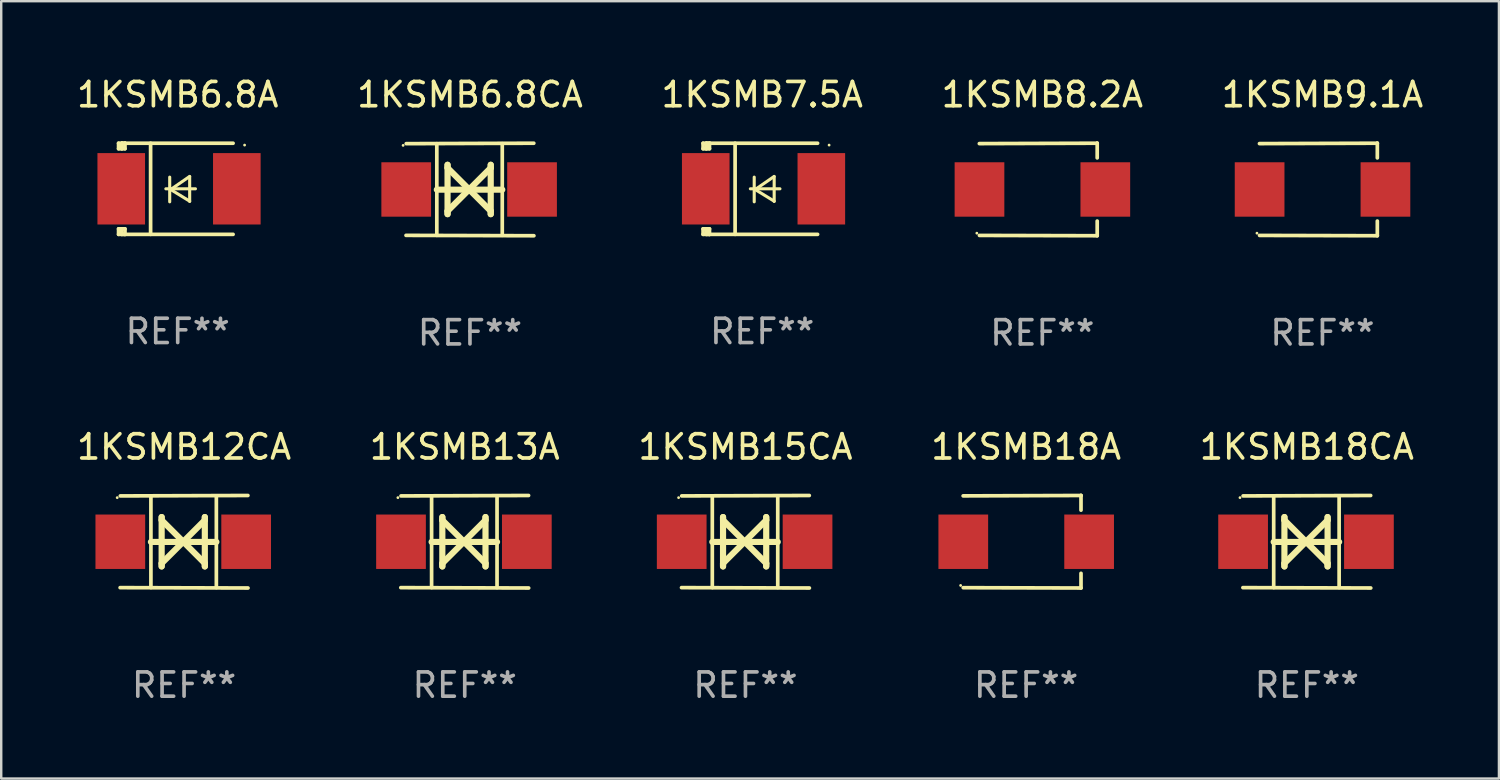
<source format=kicad_pcb>
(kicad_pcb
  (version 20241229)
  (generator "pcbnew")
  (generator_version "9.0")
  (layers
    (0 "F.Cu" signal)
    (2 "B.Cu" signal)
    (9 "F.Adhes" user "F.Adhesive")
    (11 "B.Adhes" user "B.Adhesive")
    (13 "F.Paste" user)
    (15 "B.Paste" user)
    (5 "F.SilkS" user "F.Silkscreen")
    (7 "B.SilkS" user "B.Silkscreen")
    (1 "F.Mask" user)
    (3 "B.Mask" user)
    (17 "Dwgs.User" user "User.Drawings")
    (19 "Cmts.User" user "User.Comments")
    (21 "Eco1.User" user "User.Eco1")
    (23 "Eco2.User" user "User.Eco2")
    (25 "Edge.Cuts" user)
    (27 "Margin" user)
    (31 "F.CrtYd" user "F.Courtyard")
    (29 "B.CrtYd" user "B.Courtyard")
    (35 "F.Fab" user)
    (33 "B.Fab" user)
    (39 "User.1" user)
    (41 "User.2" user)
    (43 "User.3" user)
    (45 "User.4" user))
  (footprint "1KSMB6.8A"
    (layer "F.Cu")
    (at 4.268 4.725)
    (property "Reference" "1KSMB6.8A" (at 0 -3.876 0) (layer "F.SilkS") (effects (font (size 1 1) (thickness 0.15))))
    (attr through_hole)
    (fp_line (start -2.435 1.65) (end -2.171 1.65) (stroke (width 0.152) (type solid)) (layer "F.SilkS"))
    (fp_line (start -2.435 1.876) (end -2.435 1.65) (stroke (width 0.152) (type solid)) (layer "F.SilkS"))
    (fp_line (start -2.435 -1.876) (end -2.171 -1.876) (stroke (width 0.152) (type solid)) (layer "F.SilkS"))
    (fp_line (start -2.435 -1.65) (end -2.435 -1.876) (stroke (width 0.152) (type solid)) (layer "F.SilkS"))
    (fp_line (start -2.305 -1.866) (end -2.295 -1.876) (stroke (width 0.152) (type solid)) (layer "F.SilkS"))
    (fp_line (start -2.305 -1.65) (end -2.305 -1.866) (stroke (width 0.152) (type solid)) (layer "F.SilkS"))
    (fp_line (start -2.305 1.876) (end -2.305 1.65) (stroke (width 0.152) (type solid)) (layer "F.SilkS"))
    (fp_line (start -2.295 -1.876) (end -2.295 -1.65) (stroke (width 0.152) (type solid)) (layer "F.SilkS"))
    (fp_line (start -2.171 1.876) (end -2.435 1.876) (stroke (width 0.152) (type solid)) (layer "F.SilkS"))
    (fp_line (start -2.171 -1.65) (end -2.435 -1.65) (stroke (width 0.152) (type solid)) (layer "F.SilkS"))
    (fp_line (start -2.171 -1.876) (end -2.295 -1.876) (stroke (width 0.152) (type solid)) (layer "F.SilkS"))
    (fp_line (start -2.171 -1.65) (end -2.171 -1.876) (stroke (width 0.152) (type solid)) (layer "F.SilkS"))
    (fp_line (start -2.171 1.876) (end -2.305 1.876) (stroke (width 0.152) (type solid)) (layer "F.SilkS"))
    (fp_line (start -2.171 1.876) (end -2.171 1.65) (stroke (width 0.152) (type solid)) (layer "F.SilkS"))
    (fp_line (start -1.116 1.876) (end -1.116 -1.876) (stroke (width 0.152) (type solid)) (layer "F.SilkS"))
    (fp_line (start -0.488 0.000102) (end 0.731 0.000102) (stroke (width 0.127) (type solid)) (layer "F.SilkS"))
    (fp_line (start -0.329 -0.48) (end -0.329 0.536) (stroke (width 0.127) (type solid)) (layer "F.SilkS"))
    (fp_line (start -0.29 0.03) (end 0.493 0.51) (stroke (width 0.127) (type solid)) (layer "F.SilkS"))
    (fp_line (start 0.493 -0.51) (end -0.29 0.03) (stroke (width 0.127) (type solid)) (layer "F.SilkS"))
    (fp_line (start 0.493 0.52) (end 0.493 -0.496) (stroke (width 0.127) (type solid)) (layer "F.SilkS"))
    (fp_line (start 2.281 -1.876) (end -2.171 -1.876) (stroke (width 0.152) (type solid)) (layer "F.SilkS"))
    (fp_line (start 2.281 1.876) (end -2.171 1.876) (stroke (width 0.152) (type solid)) (layer "F.SilkS"))
    (fp_circle (center 2.755 -1.8) (end 2.785 -1.8) (stroke (width 0.06) (type solid)) (fill no) (layer "F.SilkS"))
    (fp_text user "REF**" (at 0 5.876 0) (layer "F.Fab") (effects (font (size 1 1) (thickness 0.15))))
    (pad "1" smd rect (at 2.435 -0.000025 180) (size 1.96 2.94) (layers "F.Cu" "F.Mask" "F.Paste"))
    (pad "2" smd rect (at -2.325 -0.000025 180) (size 1.96 2.94) (layers "F.Cu" "F.Mask" "F.Paste")))
  (footprint "1KSMB6.8CA"
    (layer "F.Cu")
    (at 16.304 4.753)
    (property "Reference" "1KSMB6.8CA" (at 0 -3.905 0) (layer "F.SilkS") (effects (font (size 1 1) (thickness 0.15))))
    (attr through_hole)
    (fp_line (start -1.365 1.886) (end -1.365 -1.886) (stroke (width 0.152) (type solid)) (layer "F.SilkS"))
    (fp_line (start -1.365 0.008) (end 1.33 0.008) (stroke (width 0.254) (type solid)) (layer "F.SilkS"))
    (fp_line (start -0.923 -1.016) (end -0.923 1.016) (stroke (width 0.254) (type solid)) (layer "F.SilkS"))
    (fp_line (start -0.923 -0.889) (end -0.923 -1.016) (stroke (width 0.254) (type solid)) (layer "F.SilkS"))
    (fp_line (start -0.923 0.889) (end -0.034 0) (stroke (width 0.254) (type solid)) (layer "F.SilkS"))
    (fp_line (start -0.923 1.016) (end -0.923 0.889) (stroke (width 0.254) (type solid)) (layer "F.SilkS"))
    (fp_line (start -0.034 0) (end -0.923 -0.889) (stroke (width 0.254) (type solid)) (layer "F.SilkS"))
    (fp_line (start -0.034 0) (end 0.855 0.889) (stroke (width 0.254) (type solid)) (layer "F.SilkS"))
    (fp_line (start 0.855 -1.016) (end 0.855 -0.889) (stroke (width 0.254) (type solid)) (layer "F.SilkS"))
    (fp_line (start 0.855 -0.889) (end -0.034 0) (stroke (width 0.254) (type solid)) (layer "F.SilkS"))
    (fp_line (start 0.855 0.889) (end 0.855 1.016) (stroke (width 0.254) (type solid)) (layer "F.SilkS"))
    (fp_line (start 0.855 1.016) (end 0.855 -1.016) (stroke (width 0.254) (type solid)) (layer "F.SilkS"))
    (fp_line (start 1.33 1.886) (end 1.33 -1.886) (stroke (width 0.152) (type solid)) (layer "F.SilkS"))
    (fp_line (start 2.629 -1.905) (end -2.625 -1.887) (stroke (width 0.152) (type solid)) (layer "F.SilkS"))
    (fp_line (start 2.633 1.905) (end -2.633 1.89) (stroke (width 0.152) (type solid)) (layer "F.SilkS"))
    (fp_circle (center -2.753 -1.816) (end -2.723 -1.816) (stroke (width 0.06) (type solid)) (fill no) (layer "F.SilkS"))
    (fp_text user "REF**" (at 0 5.905 0) (layer "F.Fab") (effects (font (size 1 1) (thickness 0.15))))
    (pad "1" smd rect (at -2.625 0) (size 2.047 2.241) (layers "F.Cu" "F.Mask" "F.Paste"))
    (pad "2" smd rect (at 2.557 0) (size 2.047 2.241) (layers "F.Cu" "F.Mask" "F.Paste")))
  (footprint "1KSMB13A"
    (layer "F.Cu")
    (at 16.089 19.26)
    (property "Reference" "1KSMB13A" (at 0 -3.905 0) (layer "F.SilkS") (effects (font (size 1 1) (thickness 0.15))))
    (attr through_hole)
    (fp_line (start -1.365 1.886) (end -1.365 -1.886) (stroke (width 0.152) (type solid)) (layer "F.SilkS"))
    (fp_line (start -1.365 0.008) (end 1.33 0.008) (stroke (width 0.254) (type solid)) (layer "F.SilkS"))
    (fp_line (start -0.923 -1.016) (end -0.923 1.016) (stroke (width 0.254) (type solid)) (layer "F.SilkS"))
    (fp_line (start -0.923 -0.889) (end -0.923 -1.016) (stroke (width 0.254) (type solid)) (layer "F.SilkS"))
    (fp_line (start -0.923 0.889) (end -0.034 0) (stroke (width 0.254) (type solid)) (layer "F.SilkS"))
    (fp_line (start -0.923 1.016) (end -0.923 0.889) (stroke (width 0.254) (type solid)) (layer "F.SilkS"))
    (fp_line (start -0.034 0) (end -0.923 -0.889) (stroke (width 0.254) (type solid)) (layer "F.SilkS"))
    (fp_line (start -0.034 0) (end 0.855 0.889) (stroke (width 0.254) (type solid)) (layer "F.SilkS"))
    (fp_line (start 0.855 -1.016) (end 0.855 -0.889) (stroke (width 0.254) (type solid)) (layer "F.SilkS"))
    (fp_line (start 0.855 -0.889) (end -0.034 0) (stroke (width 0.254) (type solid)) (layer "F.SilkS"))
    (fp_line (start 0.855 0.889) (end 0.855 1.016) (stroke (width 0.254) (type solid)) (layer "F.SilkS"))
    (fp_line (start 0.855 1.016) (end 0.855 -1.016) (stroke (width 0.254) (type solid)) (layer "F.SilkS"))
    (fp_line (start 1.33 1.886) (end 1.33 -1.886) (stroke (width 0.152) (type solid)) (layer "F.SilkS"))
    (fp_line (start 2.629 -1.905) (end -2.625 -1.887) (stroke (width 0.152) (type solid)) (layer "F.SilkS"))
    (fp_line (start 2.633 1.905) (end -2.633 1.89) (stroke (width 0.152) (type solid)) (layer "F.SilkS"))
    (fp_circle (center -2.753 -1.816) (end -2.723 -1.816) (stroke (width 0.06) (type solid)) (fill no) (layer "F.SilkS"))
    (fp_text user "REF**" (at 0 5.905 0) (layer "F.Fab") (effects (font (size 1 1) (thickness 0.15))))
    (pad "1" smd rect (at -2.625 0) (size 2.047 2.241) (layers "F.Cu" "F.Mask" "F.Paste"))
    (pad "2" smd rect (at 2.557 0) (size 2.047 2.241) (layers "F.Cu" "F.Mask" "F.Paste")))
  (footprint "1KSMB7.5A"
    (layer "F.Cu")
    (at 28.339 4.725)
    (property "Reference" "1KSMB7.5A" (at 0 -3.876 0) (layer "F.SilkS") (effects (font (size 1 1) (thickness 0.15))))
    (attr through_hole)
    (fp_line (start -2.435 1.65) (end -2.171 1.65) (stroke (width 0.152) (type solid)) (layer "F.SilkS"))
    (fp_line (start -2.435 1.876) (end -2.435 1.65) (stroke (width 0.152) (type solid)) (layer "F.SilkS"))
    (fp_line (start -2.435 -1.876) (end -2.171 -1.876) (stroke (width 0.152) (type solid)) (layer "F.SilkS"))
    (fp_line (start -2.435 -1.65) (end -2.435 -1.876) (stroke (width 0.152) (type solid)) (layer "F.SilkS"))
    (fp_line (start -2.305 -1.866) (end -2.295 -1.876) (stroke (width 0.152) (type solid)) (layer "F.SilkS"))
    (fp_line (start -2.305 -1.65) (end -2.305 -1.866) (stroke (width 0.152) (type solid)) (layer "F.SilkS"))
    (fp_line (start -2.305 1.876) (end -2.305 1.65) (stroke (width 0.152) (type solid)) (layer "F.SilkS"))
    (fp_line (start -2.295 -1.876) (end -2.295 -1.65) (stroke (width 0.152) (type solid)) (layer "F.SilkS"))
    (fp_line (start -2.171 1.876) (end -2.435 1.876) (stroke (width 0.152) (type solid)) (layer "F.SilkS"))
    (fp_line (start -2.171 -1.65) (end -2.435 -1.65) (stroke (width 0.152) (type solid)) (layer "F.SilkS"))
    (fp_line (start -2.171 -1.876) (end -2.295 -1.876) (stroke (width 0.152) (type solid)) (layer "F.SilkS"))
    (fp_line (start -2.171 -1.65) (end -2.171 -1.876) (stroke (width 0.152) (type solid)) (layer "F.SilkS"))
    (fp_line (start -2.171 1.876) (end -2.305 1.876) (stroke (width 0.152) (type solid)) (layer "F.SilkS"))
    (fp_line (start -2.171 1.876) (end -2.171 1.65) (stroke (width 0.152) (type solid)) (layer "F.SilkS"))
    (fp_line (start -1.116 1.876) (end -1.116 -1.876) (stroke (width 0.152) (type solid)) (layer "F.SilkS"))
    (fp_line (start -0.488 0.000102) (end 0.731 0.000102) (stroke (width 0.127) (type solid)) (layer "F.SilkS"))
    (fp_line (start -0.329 -0.48) (end -0.329 0.536) (stroke (width 0.127) (type solid)) (layer "F.SilkS"))
    (fp_line (start -0.29 0.03) (end 0.493 0.51) (stroke (width 0.127) (type solid)) (layer "F.SilkS"))
    (fp_line (start 0.493 -0.51) (end -0.29 0.03) (stroke (width 0.127) (type solid)) (layer "F.SilkS"))
    (fp_line (start 0.493 0.52) (end 0.493 -0.496) (stroke (width 0.127) (type solid)) (layer "F.SilkS"))
    (fp_line (start 2.281 -1.876) (end -2.171 -1.876) (stroke (width 0.152) (type solid)) (layer "F.SilkS"))
    (fp_line (start 2.281 1.876) (end -2.171 1.876) (stroke (width 0.152) (type solid)) (layer "F.SilkS"))
    (fp_circle (center 2.755 -1.8) (end 2.785 -1.8) (stroke (width 0.06) (type solid)) (fill no) (layer "F.SilkS"))
    (fp_text user "REF**" (at 0 5.876 0) (layer "F.Fab") (effects (font (size 1 1) (thickness 0.15))))
    (pad "1" smd rect (at 2.435 -0.000025 180) (size 1.96 2.94) (layers "F.Cu" "F.Mask" "F.Paste"))
    (pad "2" smd rect (at -2.325 -0.000025 180) (size 1.96 2.94) (layers "F.Cu" "F.Mask" "F.Paste")))
  (footprint "1KSMB18A"
    (layer "F.Cu")
    (at 39.208 19.26)
    (property "Reference" "1KSMB18A" (at 0 -3.905 0) (layer "F.SilkS") (effects (font (size 1 1) (thickness 0.15))))
    (attr through_hole)
    (fp_line (start 2.256 -1.905) (end -2.594 -1.889) (stroke (width 0.152) (type solid)) (layer "F.SilkS"))
    (fp_line (start 2.256 -1.905) (end 2.26 -1.905) (stroke (width 0.152) (type solid)) (layer "F.SilkS"))
    (fp_line (start 2.26 -1.905) (end 2.26 -1.301) (stroke (width 0.152) (type solid)) (layer "F.SilkS"))
    (fp_line (start 2.26 1.301) (end 2.26 1.905) (stroke (width 0.152) (type solid)) (layer "F.SilkS"))
    (fp_line (start 2.26 1.905) (end -2.59 1.892) (stroke (width 0.152) (type solid)) (layer "F.SilkS"))
    (fp_circle (center -2.697 1.8) (end -2.667 1.8) (stroke (width 0.06) (type solid)) (fill no) (layer "F.SilkS"))
    (fp_text user "REF**" (at 0 5.905 0) (layer "F.Fab") (effects (font (size 1 1) (thickness 0.15))))
    (pad "1" smd rect (at -2.588 0) (size 2.047 2.241) (layers "F.Cu" "F.Mask" "F.Paste"))
    (pad "2" smd rect (at 2.594 0) (size 2.047 2.241) (layers "F.Cu" "F.Mask" "F.Paste")))
  (footprint "1KSMB12CA"
    (layer "F.Cu")
    (at 4.53 19.26)
    (property "Reference" "1KSMB12CA" (at 0 -3.905 0) (layer "F.SilkS") (effects (font (size 1 1) (thickness 0.15))))
    (attr through_hole)
    (fp_line (start -1.365 1.886) (end -1.365 -1.886) (stroke (width 0.152) (type solid)) (layer "F.SilkS"))
    (fp_line (start -1.365 0.008) (end 1.33 0.008) (stroke (width 0.254) (type solid)) (layer "F.SilkS"))
    (fp_line (start -0.923 -1.016) (end -0.923 1.016) (stroke (width 0.254) (type solid)) (layer "F.SilkS"))
    (fp_line (start -0.923 -0.889) (end -0.923 -1.016) (stroke (width 0.254) (type solid)) (layer "F.SilkS"))
    (fp_line (start -0.923 0.889) (end -0.034 0) (stroke (width 0.254) (type solid)) (layer "F.SilkS"))
    (fp_line (start -0.923 1.016) (end -0.923 0.889) (stroke (width 0.254) (type solid)) (layer "F.SilkS"))
    (fp_line (start -0.034 0) (end -0.923 -0.889) (stroke (width 0.254) (type solid)) (layer "F.SilkS"))
    (fp_line (start -0.034 0) (end 0.855 0.889) (stroke (width 0.254) (type solid)) (layer "F.SilkS"))
    (fp_line (start 0.855 -1.016) (end 0.855 -0.889) (stroke (width 0.254) (type solid)) (layer "F.SilkS"))
    (fp_line (start 0.855 -0.889) (end -0.034 0) (stroke (width 0.254) (type solid)) (layer "F.SilkS"))
    (fp_line (start 0.855 0.889) (end 0.855 1.016) (stroke (width 0.254) (type solid)) (layer "F.SilkS"))
    (fp_line (start 0.855 1.016) (end 0.855 -1.016) (stroke (width 0.254) (type solid)) (layer "F.SilkS"))
    (fp_line (start 1.33 1.886) (end 1.33 -1.886) (stroke (width 0.152) (type solid)) (layer "F.SilkS"))
    (fp_line (start 2.629 -1.905) (end -2.625 -1.887) (stroke (width 0.152) (type solid)) (layer "F.SilkS"))
    (fp_line (start 2.633 1.905) (end -2.633 1.89) (stroke (width 0.152) (type solid)) (layer "F.SilkS"))
    (fp_circle (center -2.753 -1.816) (end -2.723 -1.816) (stroke (width 0.06) (type solid)) (fill no) (layer "F.SilkS"))
    (fp_text user "REF**" (at 0 5.905 0) (layer "F.Fab") (effects (font (size 1 1) (thickness 0.15))))
    (pad "1" smd rect (at -2.625 0) (size 2.047 2.241) (layers "F.Cu" "F.Mask" "F.Paste"))
    (pad "2" smd rect (at 2.557 0) (size 2.047 2.241) (layers "F.Cu" "F.Mask" "F.Paste")))
  (footprint "1KSMB18CA"
    (layer "F.Cu")
    (at 50.768 19.26)
    (property "Reference" "1KSMB18CA" (at 0 -3.905 0) (layer "F.SilkS") (effects (font (size 1 1) (thickness 0.15))))
    (attr through_hole)
    (fp_line (start -1.365 1.886) (end -1.365 -1.886) (stroke (width 0.152) (type solid)) (layer "F.SilkS"))
    (fp_line (start -1.365 0.008) (end 1.33 0.008) (stroke (width 0.254) (type solid)) (layer "F.SilkS"))
    (fp_line (start -0.923 -1.016) (end -0.923 1.016) (stroke (width 0.254) (type solid)) (layer "F.SilkS"))
    (fp_line (start -0.923 -0.889) (end -0.923 -1.016) (stroke (width 0.254) (type solid)) (layer "F.SilkS"))
    (fp_line (start -0.923 0.889) (end -0.034 0) (stroke (width 0.254) (type solid)) (layer "F.SilkS"))
    (fp_line (start -0.923 1.016) (end -0.923 0.889) (stroke (width 0.254) (type solid)) (layer "F.SilkS"))
    (fp_line (start -0.034 0) (end -0.923 -0.889) (stroke (width 0.254) (type solid)) (layer "F.SilkS"))
    (fp_line (start -0.034 0) (end 0.855 0.889) (stroke (width 0.254) (type solid)) (layer "F.SilkS"))
    (fp_line (start 0.855 -1.016) (end 0.855 -0.889) (stroke (width 0.254) (type solid)) (layer "F.SilkS"))
    (fp_line (start 0.855 -0.889) (end -0.034 0) (stroke (width 0.254) (type solid)) (layer "F.SilkS"))
    (fp_line (start 0.855 0.889) (end 0.855 1.016) (stroke (width 0.254) (type solid)) (layer "F.SilkS"))
    (fp_line (start 0.855 1.016) (end 0.855 -1.016) (stroke (width 0.254) (type solid)) (layer "F.SilkS"))
    (fp_line (start 1.33 1.886) (end 1.33 -1.886) (stroke (width 0.152) (type solid)) (layer "F.SilkS"))
    (fp_line (start 2.629 -1.905) (end -2.625 -1.887) (stroke (width 0.152) (type solid)) (layer "F.SilkS"))
    (fp_line (start 2.633 1.905) (end -2.633 1.89) (stroke (width 0.152) (type solid)) (layer "F.SilkS"))
    (fp_circle (center -2.753 -1.816) (end -2.723 -1.816) (stroke (width 0.06) (type solid)) (fill no) (layer "F.SilkS"))
    (fp_text user "REF**" (at 0 5.905 0) (layer "F.Fab") (effects (font (size 1 1) (thickness 0.15))))
    (pad "1" smd rect (at -2.625 0) (size 2.047 2.241) (layers "F.Cu" "F.Mask" "F.Paste"))
    (pad "2" smd rect (at 2.557 0) (size 2.047 2.241) (layers "F.Cu" "F.Mask" "F.Paste")))
  (footprint "1KSMB15CA"
    (layer "F.Cu")
    (at 27.649 19.26)
    (property "Reference" "1KSMB15CA" (at 0 -3.905 0) (layer "F.SilkS") (effects (font (size 1 1) (thickness 0.15))))
    (attr through_hole)
    (fp_line (start -1.365 1.886) (end -1.365 -1.886) (stroke (width 0.152) (type solid)) (layer "F.SilkS"))
    (fp_line (start -1.365 0.008) (end 1.33 0.008) (stroke (width 0.254) (type solid)) (layer "F.SilkS"))
    (fp_line (start -0.923 -1.016) (end -0.923 1.016) (stroke (width 0.254) (type solid)) (layer "F.SilkS"))
    (fp_line (start -0.923 -0.889) (end -0.923 -1.016) (stroke (width 0.254) (type solid)) (layer "F.SilkS"))
    (fp_line (start -0.923 0.889) (end -0.034 0) (stroke (width 0.254) (type solid)) (layer "F.SilkS"))
    (fp_line (start -0.923 1.016) (end -0.923 0.889) (stroke (width 0.254) (type solid)) (layer "F.SilkS"))
    (fp_line (start -0.034 0) (end -0.923 -0.889) (stroke (width 0.254) (type solid)) (layer "F.SilkS"))
    (fp_line (start -0.034 0) (end 0.855 0.889) (stroke (width 0.254) (type solid)) (layer "F.SilkS"))
    (fp_line (start 0.855 -1.016) (end 0.855 -0.889) (stroke (width 0.254) (type solid)) (layer "F.SilkS"))
    (fp_line (start 0.855 -0.889) (end -0.034 0) (stroke (width 0.254) (type solid)) (layer "F.SilkS"))
    (fp_line (start 0.855 0.889) (end 0.855 1.016) (stroke (width 0.254) (type solid)) (layer "F.SilkS"))
    (fp_line (start 0.855 1.016) (end 0.855 -1.016) (stroke (width 0.254) (type solid)) (layer "F.SilkS"))
    (fp_line (start 1.33 1.886) (end 1.33 -1.886) (stroke (width 0.152) (type solid)) (layer "F.SilkS"))
    (fp_line (start 2.629 -1.905) (end -2.625 -1.887) (stroke (width 0.152) (type solid)) (layer "F.SilkS"))
    (fp_line (start 2.633 1.905) (end -2.633 1.89) (stroke (width 0.152) (type solid)) (layer "F.SilkS"))
    (fp_circle (center -2.753 -1.816) (end -2.723 -1.816) (stroke (width 0.06) (type solid)) (fill no) (layer "F.SilkS"))
    (fp_text user "REF**" (at 0 5.905 0) (layer "F.Fab") (effects (font (size 1 1) (thickness 0.15))))
    (pad "1" smd rect (at -2.625 0) (size 2.047 2.241) (layers "F.Cu" "F.Mask" "F.Paste"))
    (pad "2" smd rect (at 2.557 0) (size 2.047 2.241) (layers "F.Cu" "F.Mask" "F.Paste")))
  (footprint "1KSMB9.1A"
    (layer "F.Cu")
    (at 51.411 4.753)
    (property "Reference" "1KSMB9.1A" (at 0 -3.905 0) (layer "F.SilkS") (effects (font (size 1 1) (thickness 0.15))))
    (attr through_hole)
    (fp_line (start 2.256 -1.905) (end -2.594 -1.889) (stroke (width 0.152) (type solid)) (layer "F.SilkS"))
    (fp_line (start 2.256 -1.905) (end 2.26 -1.905) (stroke (width 0.152) (type solid)) (layer "F.SilkS"))
    (fp_line (start 2.26 -1.905) (end 2.26 -1.301) (stroke (width 0.152) (type solid)) (layer "F.SilkS"))
    (fp_line (start 2.26 1.301) (end 2.26 1.905) (stroke (width 0.152) (type solid)) (layer "F.SilkS"))
    (fp_line (start 2.26 1.905) (end -2.59 1.892) (stroke (width 0.152) (type solid)) (layer "F.SilkS"))
    (fp_circle (center -2.697 1.8) (end -2.667 1.8) (stroke (width 0.06) (type solid)) (fill no) (layer "F.SilkS"))
    (fp_text user "REF**" (at 0 5.905 0) (layer "F.Fab") (effects (font (size 1 1) (thickness 0.15))))
    (pad "1" smd rect (at -2.588 0) (size 2.047 2.241) (layers "F.Cu" "F.Mask" "F.Paste"))
    (pad "2" smd rect (at 2.594 0) (size 2.047 2.241) (layers "F.Cu" "F.Mask" "F.Paste")))
  (footprint "1KSMB8.2A"
    (layer "F.Cu")
    (at 39.875 4.753)
    (property "Reference" "1KSMB8.2A" (at 0 -3.905 0) (layer "F.SilkS") (effects (font (size 1 1) (thickness 0.15))))
    (attr through_hole)
    (fp_line (start 2.256 -1.905) (end -2.594 -1.889) (stroke (width 0.152) (type solid)) (layer "F.SilkS"))
    (fp_line (start 2.256 -1.905) (end 2.26 -1.905) (stroke (width 0.152) (type solid)) (layer "F.SilkS"))
    (fp_line (start 2.26 -1.905) (end 2.26 -1.301) (stroke (width 0.152) (type solid)) (layer "F.SilkS"))
    (fp_line (start 2.26 1.301) (end 2.26 1.905) (stroke (width 0.152) (type solid)) (layer "F.SilkS"))
    (fp_line (start 2.26 1.905) (end -2.59 1.892) (stroke (width 0.152) (type solid)) (layer "F.SilkS"))
    (fp_circle (center -2.697 1.8) (end -2.667 1.8) (stroke (width 0.06) (type solid)) (fill no) (layer "F.SilkS"))
    (fp_text user "REF**" (at 0 5.905 0) (layer "F.Fab") (effects (font (size 1 1) (thickness 0.15))))
    (pad "1" smd rect (at -2.588 0) (size 2.047 2.241) (layers "F.Cu" "F.Mask" "F.Paste"))
    (pad "2" smd rect (at 2.594 0) (size 2.047 2.241) (layers "F.Cu" "F.Mask" "F.Paste")))
  (gr_rect
    (start -3 -3)
    (end 58.679 29.013)
    (stroke (width 0.1) (type default))
    (fill no)
    (layer "Edge.Cuts")))
</source>
